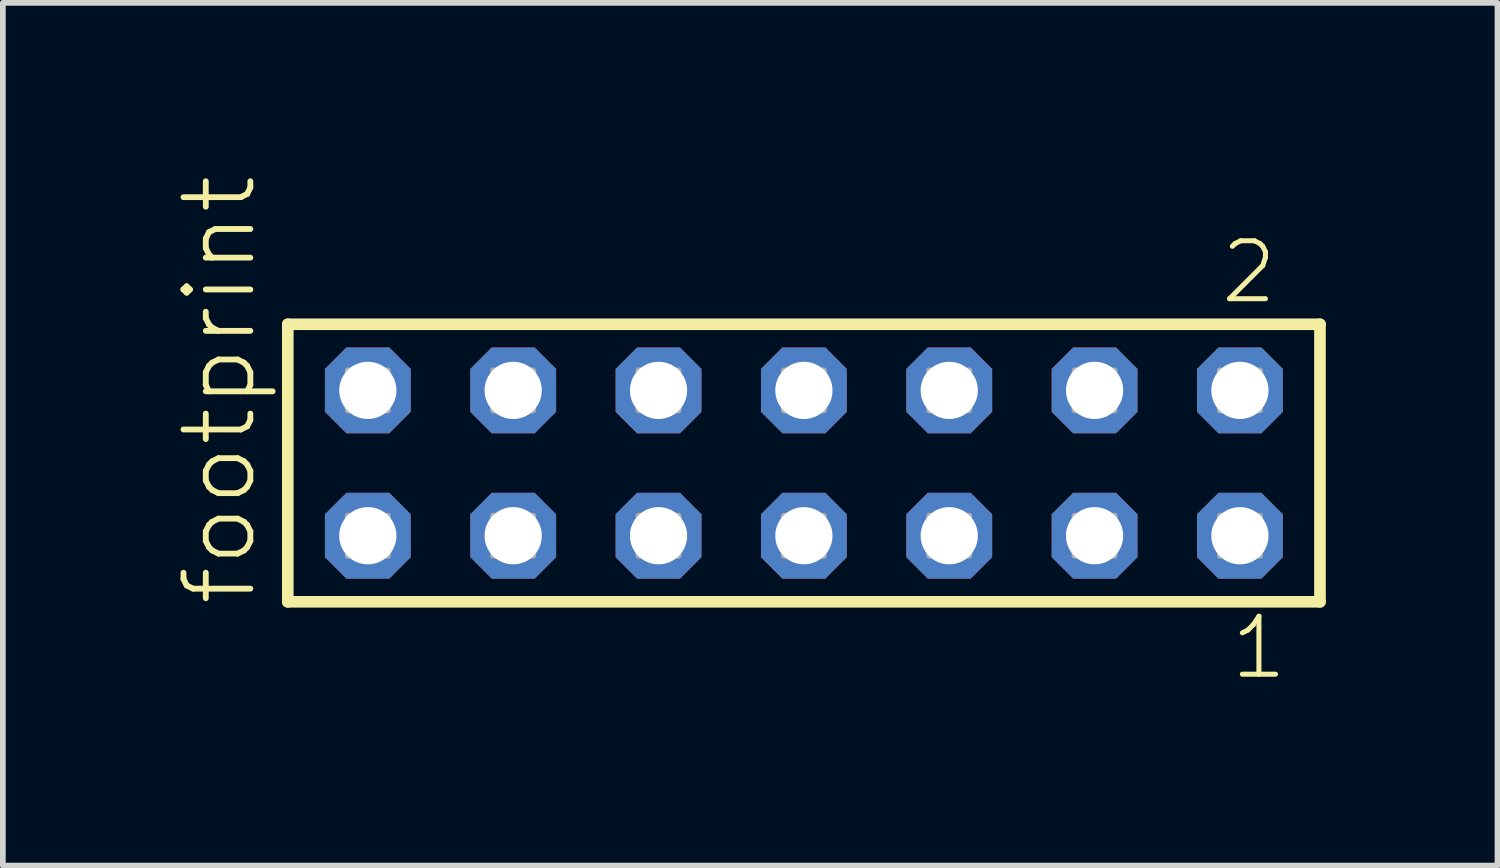
<source format=kicad_pcb>
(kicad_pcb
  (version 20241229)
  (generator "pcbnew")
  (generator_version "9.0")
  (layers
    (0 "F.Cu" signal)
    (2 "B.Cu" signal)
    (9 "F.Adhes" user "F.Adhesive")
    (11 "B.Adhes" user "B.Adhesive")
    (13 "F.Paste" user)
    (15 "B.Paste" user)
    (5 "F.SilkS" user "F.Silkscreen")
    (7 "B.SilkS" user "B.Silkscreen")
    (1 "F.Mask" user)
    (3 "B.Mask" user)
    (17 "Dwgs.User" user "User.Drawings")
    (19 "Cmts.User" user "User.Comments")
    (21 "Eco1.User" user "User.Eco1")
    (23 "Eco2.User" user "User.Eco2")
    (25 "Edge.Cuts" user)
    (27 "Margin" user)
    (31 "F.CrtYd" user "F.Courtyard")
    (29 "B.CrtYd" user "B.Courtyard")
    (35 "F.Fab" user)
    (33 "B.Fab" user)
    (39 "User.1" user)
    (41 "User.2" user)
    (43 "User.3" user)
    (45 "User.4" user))
  (footprint "footprint"
    (layer "F.Cu")
    (at 10.998 5.042)
    (property "Reference" "footprint" (at -9.525 2.54 90) (layer "F.SilkS") (effects (font (size 1.168 1.168) (thickness 0.102)) (justify left bottom)))
    (fp_line (start -9.019 -2.425) (end 9.019 -2.425) (stroke (width 0.203) (type solid)) (layer "F.SilkS"))
    (fp_line (start -9.019 2.425) (end -9.019 -2.425) (stroke (width 0.203) (type solid)) (layer "F.SilkS"))
    (fp_line (start 9.019 -2.425) (end 9.019 2.425) (stroke (width 0.203) (type solid)) (layer "F.SilkS"))
    (fp_line (start 9.019 2.425) (end -9.019 2.425) (stroke (width 0.203) (type solid)) (layer "F.SilkS"))
    (fp_poly (pts (xy -7.97 -0.92) (xy -7.27 -0.92) (xy -7.27 -1.62) (xy -7.97 -1.62)) (stroke (width 0.1) (type solid)) (fill no) (layer "F.Fab"))
    (fp_poly (pts (xy -7.97 1.62) (xy -7.27 1.62) (xy -7.27 0.92) (xy -7.97 0.92)) (stroke (width 0.1) (type solid)) (fill no) (layer "F.Fab"))
    (fp_poly (pts (xy -5.43 -0.92) (xy -4.73 -0.92) (xy -4.73 -1.62) (xy -5.43 -1.62)) (stroke (width 0.1) (type solid)) (fill no) (layer "F.Fab"))
    (fp_poly (pts (xy -5.43 1.62) (xy -4.73 1.62) (xy -4.73 0.92) (xy -5.43 0.92)) (stroke (width 0.1) (type solid)) (fill no) (layer "F.Fab"))
    (fp_poly (pts (xy -2.89 -0.92) (xy -2.19 -0.92) (xy -2.19 -1.62) (xy -2.89 -1.62)) (stroke (width 0.1) (type solid)) (fill no) (layer "F.Fab"))
    (fp_poly (pts (xy -2.89 1.62) (xy -2.19 1.62) (xy -2.19 0.92) (xy -2.89 0.92)) (stroke (width 0.1) (type solid)) (fill no) (layer "F.Fab"))
    (fp_poly (pts (xy -0.35 -0.92) (xy 0.35 -0.92) (xy 0.35 -1.62) (xy -0.35 -1.62)) (stroke (width 0.1) (type solid)) (fill no) (layer "F.Fab"))
    (fp_poly (pts (xy -0.35 1.62) (xy 0.35 1.62) (xy 0.35 0.92) (xy -0.35 0.92)) (stroke (width 0.1) (type solid)) (fill no) (layer "F.Fab"))
    (fp_poly (pts (xy 2.19 -0.92) (xy 2.89 -0.92) (xy 2.89 -1.62) (xy 2.19 -1.62)) (stroke (width 0.1) (type solid)) (fill no) (layer "F.Fab"))
    (fp_poly (pts (xy 2.19 1.62) (xy 2.89 1.62) (xy 2.89 0.92) (xy 2.19 0.92)) (stroke (width 0.1) (type solid)) (fill no) (layer "F.Fab"))
    (fp_poly (pts (xy 4.73 -0.92) (xy 5.43 -0.92) (xy 5.43 -1.62) (xy 4.73 -1.62)) (stroke (width 0.1) (type solid)) (fill no) (layer "F.Fab"))
    (fp_poly (pts (xy 4.73 1.62) (xy 5.43 1.62) (xy 5.43 0.92) (xy 4.73 0.92)) (stroke (width 0.1) (type solid)) (fill no) (layer "F.Fab"))
    (fp_poly (pts (xy 7.27 -0.92) (xy 7.97 -0.92) (xy 7.97 -1.62) (xy 7.27 -1.62)) (stroke (width 0.1) (type solid)) (fill no) (layer "F.Fab"))
    (fp_poly (pts (xy 7.27 1.62) (xy 7.97 1.62) (xy 7.97 0.92) (xy 7.27 0.92)) (stroke (width 0.1) (type solid)) (fill no) (layer "F.Fab"))
    (fp_text user "2" (at 7.237 -2.744 0) (layer "F.SilkS") (effects (font (size 1.012 1.012) (thickness 0.088)) (justify left bottom)))
    (fp_text user "1" (at 7.412 3.818 0) (layer "F.SilkS") (effects (font (size 1.012 1.012) (thickness 0.088)) (justify left bottom)))
    (pad "1" thru_hole roundrect (at 7.62 1.27 180) (size 1.5 1.5) (drill 1) (layers "*.Cu" "*.Mask") (roundrect_rratio 0.25) (chamfer_ratio 0.25) (chamfer top_left top_right bottom_left bottom_right))
    (pad "2" thru_hole roundrect (at 7.62 -1.27 180) (size 1.5 1.5) (drill 1) (layers "*.Cu" "*.Mask") (roundrect_rratio 0.25) (chamfer_ratio 0.25) (chamfer top_left top_right bottom_left bottom_right))
    (pad "3" thru_hole roundrect (at 5.08 1.27 180) (size 1.5 1.5) (drill 1) (layers "*.Cu" "*.Mask") (roundrect_rratio 0.25) (chamfer_ratio 0.25) (chamfer top_left top_right bottom_left bottom_right))
    (pad "4" thru_hole roundrect (at 5.08 -1.27 180) (size 1.5 1.5) (drill 1) (layers "*.Cu" "*.Mask") (roundrect_rratio 0.25) (chamfer_ratio 0.25) (chamfer top_left top_right bottom_left bottom_right))
    (pad "5" thru_hole roundrect (at 2.54 1.27 180) (size 1.5 1.5) (drill 1) (layers "*.Cu" "*.Mask") (roundrect_rratio 0.25) (chamfer_ratio 0.25) (chamfer top_left top_right bottom_left bottom_right))
    (pad "6" thru_hole roundrect (at 2.54 -1.27 180) (size 1.5 1.5) (drill 1) (layers "*.Cu" "*.Mask") (roundrect_rratio 0.25) (chamfer_ratio 0.25) (chamfer top_left top_right bottom_left bottom_right))
    (pad "7" thru_hole roundrect (at 0 1.27 180) (size 1.5 1.5) (drill 1) (layers "*.Cu" "*.Mask") (roundrect_rratio 0.25) (chamfer_ratio 0.25) (chamfer top_left top_right bottom_left bottom_right))
    (pad "8" thru_hole roundrect (at 0 -1.27 180) (size 1.5 1.5) (drill 1) (layers "*.Cu" "*.Mask") (roundrect_rratio 0.25) (chamfer_ratio 0.25) (chamfer top_left top_right bottom_left bottom_right))
    (pad "9" thru_hole roundrect (at -2.54 1.27 180) (size 1.5 1.5) (drill 1) (layers "*.Cu" "*.Mask") (roundrect_rratio 0.25) (chamfer_ratio 0.25) (chamfer top_left top_right bottom_left bottom_right))
    (pad "10" thru_hole roundrect (at -2.54 -1.27 180) (size 1.5 1.5) (drill 1) (layers "*.Cu" "*.Mask") (roundrect_rratio 0.25) (chamfer_ratio 0.25) (chamfer top_left top_right bottom_left bottom_right))
    (pad "11" thru_hole roundrect (at -5.08 1.27 180) (size 1.5 1.5) (drill 1) (layers "*.Cu" "*.Mask") (roundrect_rratio 0.25) (chamfer_ratio 0.25) (chamfer top_left top_right bottom_left bottom_right))
    (pad "12" thru_hole roundrect (at -5.08 -1.27 180) (size 1.5 1.5) (drill 1) (layers "*.Cu" "*.Mask") (roundrect_rratio 0.25) (chamfer_ratio 0.25) (chamfer top_left top_right bottom_left bottom_right))
    (pad "13" thru_hole roundrect (at -7.62 1.27 180) (size 1.5 1.5) (drill 1) (layers "*.Cu" "*.Mask") (roundrect_rratio 0.25) (chamfer_ratio 0.25) (chamfer top_left top_right bottom_left bottom_right))
    (pad "14" thru_hole roundrect (at -7.62 -1.27 180) (size 1.5 1.5) (drill 1) (layers "*.Cu" "*.Mask") (roundrect_rratio 0.25) (chamfer_ratio 0.25) (chamfer top_left top_right bottom_left bottom_right)))
  (gr_rect
    (start -3 -3)
    (end 23.119 12.077)
    (stroke (width 0.1) (type default))
    (fill no)
    (layer "Edge.Cuts")))
</source>
